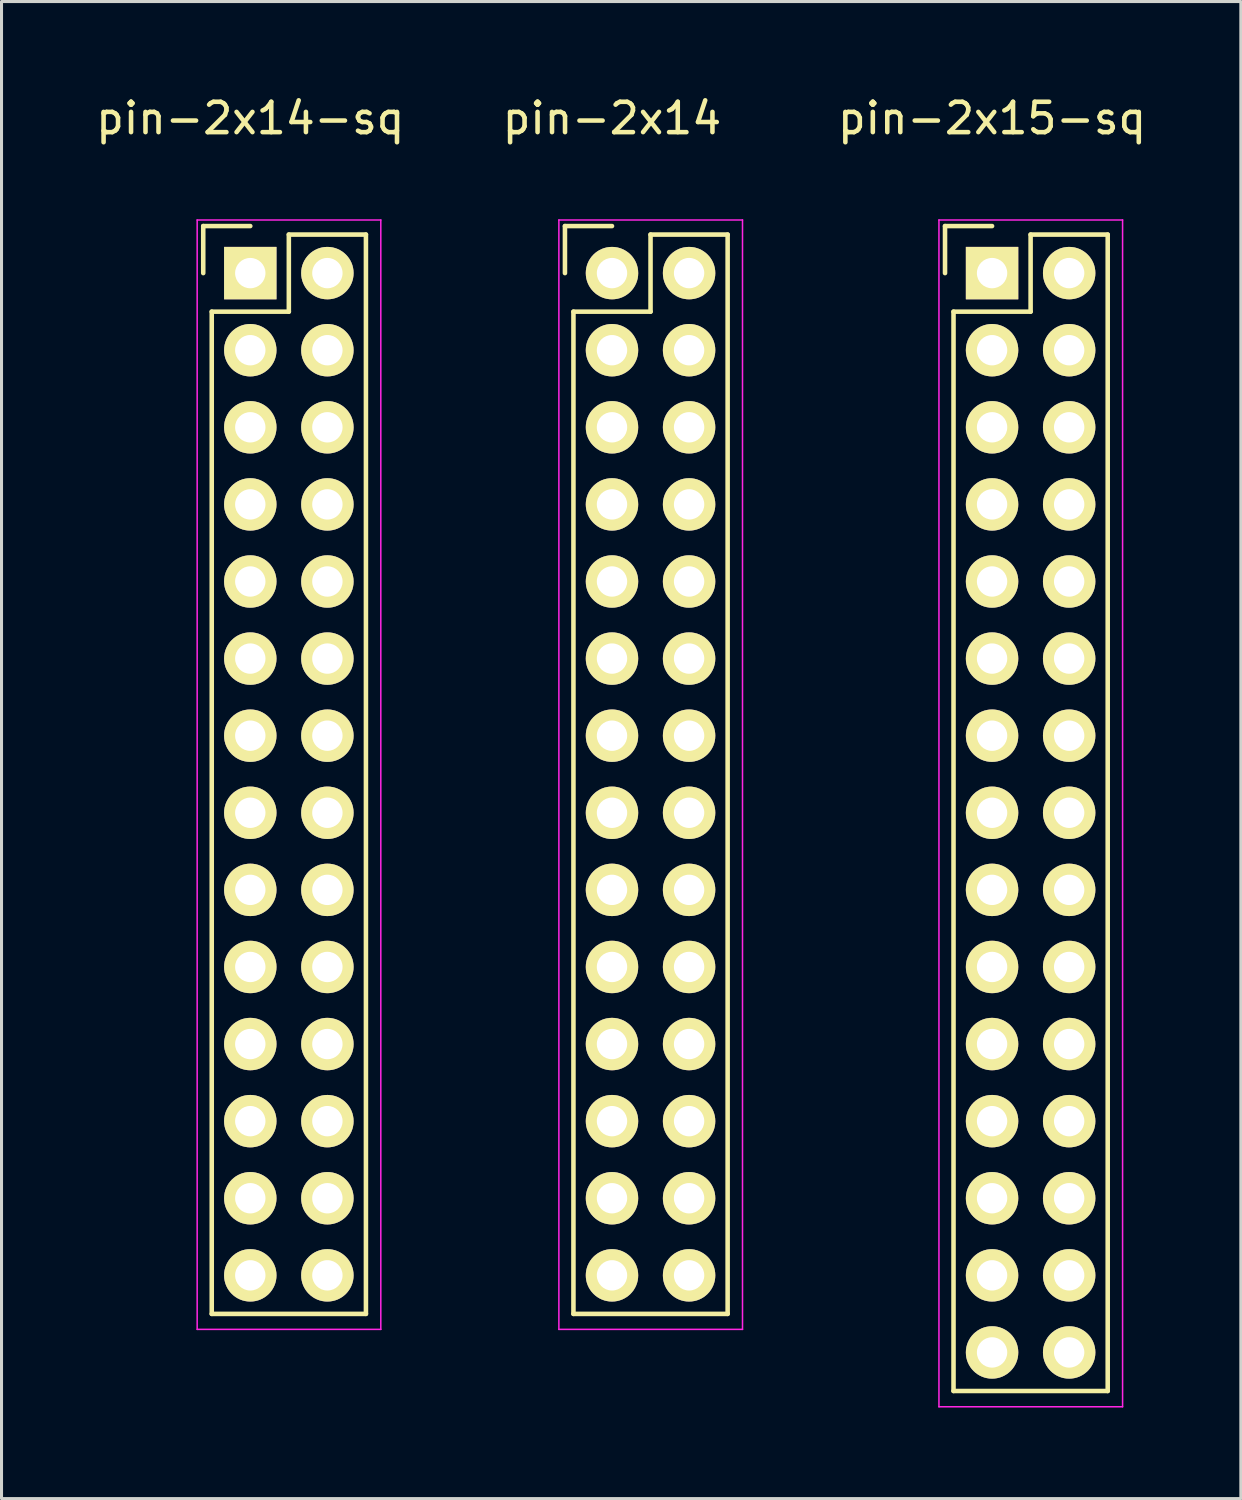
<source format=kicad_pcb>
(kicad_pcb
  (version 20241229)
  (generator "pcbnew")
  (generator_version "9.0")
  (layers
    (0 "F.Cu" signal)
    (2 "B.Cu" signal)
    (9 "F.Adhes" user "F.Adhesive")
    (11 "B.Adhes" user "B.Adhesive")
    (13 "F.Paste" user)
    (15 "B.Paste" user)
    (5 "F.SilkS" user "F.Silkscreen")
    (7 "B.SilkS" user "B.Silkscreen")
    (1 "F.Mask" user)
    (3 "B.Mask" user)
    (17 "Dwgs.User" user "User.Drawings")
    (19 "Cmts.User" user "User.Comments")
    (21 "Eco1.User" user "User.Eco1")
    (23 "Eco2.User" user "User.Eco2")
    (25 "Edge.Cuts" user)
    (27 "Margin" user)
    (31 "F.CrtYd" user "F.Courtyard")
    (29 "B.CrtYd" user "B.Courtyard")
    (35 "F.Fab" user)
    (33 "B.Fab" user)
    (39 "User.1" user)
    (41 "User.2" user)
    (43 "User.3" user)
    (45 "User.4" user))
  (footprint "pin-2x14-sq"
    (layer "F.Cu")
    (at 5.196 5.948)
    (property "Reference" "pin-2x14-sq" (at 0 -5.1 0) (layer "F.SilkS") (effects (font (size 1 1) (thickness 0.15))))
    (attr through_hole)
    (fp_line (start -1.55 -1.55) (end -1.55 0) (stroke (width 0.15) (type solid)) (layer "F.SilkS"))
    (fp_line (start -1.27 1.27) (end -1.27 34.29) (stroke (width 0.15) (type solid)) (layer "F.SilkS"))
    (fp_line (start 0 -1.55) (end -1.55 -1.55) (stroke (width 0.15) (type solid)) (layer "F.SilkS"))
    (fp_line (start 1.27 -1.27) (end 1.27 1.27) (stroke (width 0.15) (type solid)) (layer "F.SilkS"))
    (fp_line (start 1.27 1.27) (end -1.27 1.27) (stroke (width 0.15) (type solid)) (layer "F.SilkS"))
    (fp_line (start 3.81 -1.27) (end 1.27 -1.27) (stroke (width 0.15) (type solid)) (layer "F.SilkS"))
    (fp_line (start 3.81 34.29) (end -1.27 34.29) (stroke (width 0.15) (type solid)) (layer "F.SilkS"))
    (fp_line (start 3.81 34.29) (end 3.81 -1.27) (stroke (width 0.15) (type solid)) (layer "F.SilkS"))
    (fp_line (start -1.75 -1.75) (end -1.75 34.8) (stroke (width 0.05) (type solid)) (layer "F.CrtYd"))
    (fp_line (start -1.75 -1.75) (end 4.3 -1.75) (stroke (width 0.05) (type solid)) (layer "F.CrtYd"))
    (fp_line (start -1.75 34.8) (end 4.3 34.8) (stroke (width 0.05) (type solid)) (layer "F.CrtYd"))
    (fp_line (start 4.3 -1.75) (end 4.3 34.8) (stroke (width 0.05) (type solid)) (layer "F.CrtYd"))
    (pad "1" thru_hole rect (at 0 0) (size 1.727 1.727) (drill 1) (layers "*.Cu" "*.Mask" "F.SilkS"))
    (pad "2" thru_hole oval (at 2.54 0) (size 1.727 1.727) (drill 1) (layers "*.Cu" "*.Mask" "F.SilkS"))
    (pad "3" thru_hole oval (at 0 2.54) (size 1.727 1.727) (drill 1) (layers "*.Cu" "*.Mask" "F.SilkS"))
    (pad "4" thru_hole oval (at 2.54 2.54) (size 1.727 1.727) (drill 1) (layers "*.Cu" "*.Mask" "F.SilkS"))
    (pad "5" thru_hole oval (at 0 5.08) (size 1.727 1.727) (drill 1) (layers "*.Cu" "*.Mask" "F.SilkS"))
    (pad "6" thru_hole oval (at 2.54 5.08) (size 1.727 1.727) (drill 1) (layers "*.Cu" "*.Mask" "F.SilkS"))
    (pad "7" thru_hole oval (at 0 7.62) (size 1.727 1.727) (drill 1) (layers "*.Cu" "*.Mask" "F.SilkS"))
    (pad "8" thru_hole oval (at 2.54 7.62) (size 1.727 1.727) (drill 1) (layers "*.Cu" "*.Mask" "F.SilkS"))
    (pad "9" thru_hole oval (at 0 10.16) (size 1.727 1.727) (drill 1) (layers "*.Cu" "*.Mask" "F.SilkS"))
    (pad "10" thru_hole oval (at 2.54 10.16) (size 1.727 1.727) (drill 1) (layers "*.Cu" "*.Mask" "F.SilkS"))
    (pad "11" thru_hole oval (at 0 12.7) (size 1.727 1.727) (drill 1) (layers "*.Cu" "*.Mask" "F.SilkS"))
    (pad "12" thru_hole oval (at 2.54 12.7) (size 1.727 1.727) (drill 1) (layers "*.Cu" "*.Mask" "F.SilkS"))
    (pad "13" thru_hole oval (at 0 15.24) (size 1.727 1.727) (drill 1) (layers "*.Cu" "*.Mask" "F.SilkS"))
    (pad "14" thru_hole oval (at 2.54 15.24) (size 1.727 1.727) (drill 1) (layers "*.Cu" "*.Mask" "F.SilkS"))
    (pad "15" thru_hole oval (at 0 17.78) (size 1.727 1.727) (drill 1) (layers "*.Cu" "*.Mask" "F.SilkS"))
    (pad "16" thru_hole oval (at 2.54 17.78) (size 1.727 1.727) (drill 1) (layers "*.Cu" "*.Mask" "F.SilkS"))
    (pad "17" thru_hole oval (at 0 20.32) (size 1.727 1.727) (drill 1) (layers "*.Cu" "*.Mask" "F.SilkS"))
    (pad "18" thru_hole oval (at 2.54 20.32) (size 1.727 1.727) (drill 1) (layers "*.Cu" "*.Mask" "F.SilkS"))
    (pad "19" thru_hole oval (at 0 22.86) (size 1.727 1.727) (drill 1) (layers "*.Cu" "*.Mask" "F.SilkS"))
    (pad "20" thru_hole oval (at 2.54 22.86) (size 1.727 1.727) (drill 1) (layers "*.Cu" "*.Mask" "F.SilkS"))
    (pad "21" thru_hole oval (at 0 25.4) (size 1.727 1.727) (drill 1) (layers "*.Cu" "*.Mask" "F.SilkS"))
    (pad "22" thru_hole oval (at 2.54 25.4) (size 1.727 1.727) (drill 1) (layers "*.Cu" "*.Mask" "F.SilkS"))
    (pad "23" thru_hole oval (at 0 27.94) (size 1.727 1.727) (drill 1) (layers "*.Cu" "*.Mask" "F.SilkS"))
    (pad "24" thru_hole oval (at 2.54 27.94) (size 1.727 1.727) (drill 1) (layers "*.Cu" "*.Mask" "F.SilkS"))
    (pad "25" thru_hole oval (at 0 30.48) (size 1.727 1.727) (drill 1) (layers "*.Cu" "*.Mask" "F.SilkS"))
    (pad "26" thru_hole oval (at 2.54 30.48) (size 1.727 1.727) (drill 1) (layers "*.Cu" "*.Mask" "F.SilkS"))
    (pad "27" thru_hole oval (at 0 33.02) (size 1.727 1.727) (drill 1) (layers "*.Cu" "*.Mask" "F.SilkS"))
    (pad "28" thru_hole oval (at 2.54 33.02) (size 1.727 1.727) (drill 1) (layers "*.Cu" "*.Mask" "F.SilkS")))
  (footprint "pin-2x15-sq"
    (layer "F.Cu")
    (at 29.635 5.948)
    (property "Reference" "pin-2x15-sq" (at 0 -5.1 0) (layer "F.SilkS") (effects (font (size 1 1) (thickness 0.15))))
    (attr through_hole)
    (fp_line (start -1.55 -1.55) (end -1.55 0) (stroke (width 0.15) (type solid)) (layer "F.SilkS"))
    (fp_line (start -1.27 1.27) (end -1.27 36.83) (stroke (width 0.15) (type solid)) (layer "F.SilkS"))
    (fp_line (start 0 -1.55) (end -1.55 -1.55) (stroke (width 0.15) (type solid)) (layer "F.SilkS"))
    (fp_line (start 1.27 -1.27) (end 1.27 1.27) (stroke (width 0.15) (type solid)) (layer "F.SilkS"))
    (fp_line (start 1.27 1.27) (end -1.27 1.27) (stroke (width 0.15) (type solid)) (layer "F.SilkS"))
    (fp_line (start 3.81 -1.27) (end 1.27 -1.27) (stroke (width 0.15) (type solid)) (layer "F.SilkS"))
    (fp_line (start 3.81 36.83) (end -1.27 36.83) (stroke (width 0.15) (type solid)) (layer "F.SilkS"))
    (fp_line (start 3.81 36.83) (end 3.81 -1.27) (stroke (width 0.15) (type solid)) (layer "F.SilkS"))
    (fp_line (start -1.75 -1.75) (end -1.75 37.35) (stroke (width 0.05) (type solid)) (layer "F.CrtYd"))
    (fp_line (start -1.75 -1.75) (end 4.3 -1.75) (stroke (width 0.05) (type solid)) (layer "F.CrtYd"))
    (fp_line (start -1.75 37.35) (end 4.3 37.35) (stroke (width 0.05) (type solid)) (layer "F.CrtYd"))
    (fp_line (start 4.3 -1.75) (end 4.3 37.35) (stroke (width 0.05) (type solid)) (layer "F.CrtYd"))
    (pad "1" thru_hole rect (at 0 0) (size 1.727 1.727) (drill 1) (layers "*.Cu" "*.Mask" "F.SilkS"))
    (pad "2" thru_hole oval (at 2.54 0) (size 1.727 1.727) (drill 1) (layers "*.Cu" "*.Mask" "F.SilkS"))
    (pad "3" thru_hole oval (at 0 2.54) (size 1.727 1.727) (drill 1) (layers "*.Cu" "*.Mask" "F.SilkS"))
    (pad "4" thru_hole oval (at 2.54 2.54) (size 1.727 1.727) (drill 1) (layers "*.Cu" "*.Mask" "F.SilkS"))
    (pad "5" thru_hole oval (at 0 5.08) (size 1.727 1.727) (drill 1) (layers "*.Cu" "*.Mask" "F.SilkS"))
    (pad "6" thru_hole oval (at 2.54 5.08) (size 1.727 1.727) (drill 1) (layers "*.Cu" "*.Mask" "F.SilkS"))
    (pad "7" thru_hole oval (at 0 7.62) (size 1.727 1.727) (drill 1) (layers "*.Cu" "*.Mask" "F.SilkS"))
    (pad "8" thru_hole oval (at 2.54 7.62) (size 1.727 1.727) (drill 1) (layers "*.Cu" "*.Mask" "F.SilkS"))
    (pad "9" thru_hole oval (at 0 10.16) (size 1.727 1.727) (drill 1) (layers "*.Cu" "*.Mask" "F.SilkS"))
    (pad "10" thru_hole oval (at 2.54 10.16) (size 1.727 1.727) (drill 1) (layers "*.Cu" "*.Mask" "F.SilkS"))
    (pad "11" thru_hole oval (at 0 12.7) (size 1.727 1.727) (drill 1) (layers "*.Cu" "*.Mask" "F.SilkS"))
    (pad "12" thru_hole oval (at 2.54 12.7) (size 1.727 1.727) (drill 1) (layers "*.Cu" "*.Mask" "F.SilkS"))
    (pad "13" thru_hole oval (at 0 15.24) (size 1.727 1.727) (drill 1) (layers "*.Cu" "*.Mask" "F.SilkS"))
    (pad "14" thru_hole oval (at 2.54 15.24) (size 1.727 1.727) (drill 1) (layers "*.Cu" "*.Mask" "F.SilkS"))
    (pad "15" thru_hole oval (at 0 17.78) (size 1.727 1.727) (drill 1) (layers "*.Cu" "*.Mask" "F.SilkS"))
    (pad "16" thru_hole oval (at 2.54 17.78) (size 1.727 1.727) (drill 1) (layers "*.Cu" "*.Mask" "F.SilkS"))
    (pad "17" thru_hole oval (at 0 20.32) (size 1.727 1.727) (drill 1) (layers "*.Cu" "*.Mask" "F.SilkS"))
    (pad "18" thru_hole oval (at 2.54 20.32) (size 1.727 1.727) (drill 1) (layers "*.Cu" "*.Mask" "F.SilkS"))
    (pad "19" thru_hole oval (at 0 22.86) (size 1.727 1.727) (drill 1) (layers "*.Cu" "*.Mask" "F.SilkS"))
    (pad "20" thru_hole oval (at 2.54 22.86) (size 1.727 1.727) (drill 1) (layers "*.Cu" "*.Mask" "F.SilkS"))
    (pad "21" thru_hole oval (at 0 25.4) (size 1.727 1.727) (drill 1) (layers "*.Cu" "*.Mask" "F.SilkS"))
    (pad "22" thru_hole oval (at 2.54 25.4) (size 1.727 1.727) (drill 1) (layers "*.Cu" "*.Mask" "F.SilkS"))
    (pad "23" thru_hole oval (at 0 27.94) (size 1.727 1.727) (drill 1) (layers "*.Cu" "*.Mask" "F.SilkS"))
    (pad "24" thru_hole oval (at 2.54 27.94) (size 1.727 1.727) (drill 1) (layers "*.Cu" "*.Mask" "F.SilkS"))
    (pad "25" thru_hole oval (at 0 30.48) (size 1.727 1.727) (drill 1) (layers "*.Cu" "*.Mask" "F.SilkS"))
    (pad "26" thru_hole oval (at 2.54 30.48) (size 1.727 1.727) (drill 1) (layers "*.Cu" "*.Mask" "F.SilkS"))
    (pad "27" thru_hole oval (at 0 33.02) (size 1.727 1.727) (drill 1) (layers "*.Cu" "*.Mask" "F.SilkS"))
    (pad "28" thru_hole oval (at 2.54 33.02) (size 1.727 1.727) (drill 1) (layers "*.Cu" "*.Mask" "F.SilkS"))
    (pad "29" thru_hole oval (at 0 35.56) (size 1.727 1.727) (drill 1) (layers "*.Cu" "*.Mask" "F.SilkS"))
    (pad "30" thru_hole oval (at 2.54 35.56) (size 1.727 1.727) (drill 1) (layers "*.Cu" "*.Mask" "F.SilkS")))
  (footprint "pin-2x14"
    (layer "F.Cu")
    (at 17.113 5.948)
    (property "Reference" "pin-2x14" (at 0 -5.1 0) (layer "F.SilkS") (effects (font (size 1 1) (thickness 0.15))))
    (attr through_hole)
    (fp_line (start -1.55 -1.55) (end -1.55 0) (stroke (width 0.15) (type solid)) (layer "F.SilkS"))
    (fp_line (start -1.27 1.27) (end -1.27 34.29) (stroke (width 0.15) (type solid)) (layer "F.SilkS"))
    (fp_line (start 0 -1.55) (end -1.55 -1.55) (stroke (width 0.15) (type solid)) (layer "F.SilkS"))
    (fp_line (start 1.27 -1.27) (end 1.27 1.27) (stroke (width 0.15) (type solid)) (layer "F.SilkS"))
    (fp_line (start 1.27 1.27) (end -1.27 1.27) (stroke (width 0.15) (type solid)) (layer "F.SilkS"))
    (fp_line (start 3.81 -1.27) (end 1.27 -1.27) (stroke (width 0.15) (type solid)) (layer "F.SilkS"))
    (fp_line (start 3.81 34.29) (end -1.27 34.29) (stroke (width 0.15) (type solid)) (layer "F.SilkS"))
    (fp_line (start 3.81 34.29) (end 3.81 -1.27) (stroke (width 0.15) (type solid)) (layer "F.SilkS"))
    (fp_line (start -1.75 -1.75) (end -1.75 34.8) (stroke (width 0.05) (type solid)) (layer "F.CrtYd"))
    (fp_line (start -1.75 -1.75) (end 4.3 -1.75) (stroke (width 0.05) (type solid)) (layer "F.CrtYd"))
    (fp_line (start -1.75 34.8) (end 4.3 34.8) (stroke (width 0.05) (type solid)) (layer "F.CrtYd"))
    (fp_line (start 4.3 -1.75) (end 4.3 34.8) (stroke (width 0.05) (type solid)) (layer "F.CrtYd"))
    (pad "1" thru_hole oval (at 0 0) (size 1.727 1.727) (drill 1) (layers "*.Cu" "*.Mask" "F.SilkS"))
    (pad "2" thru_hole oval (at 2.54 0) (size 1.727 1.727) (drill 1) (layers "*.Cu" "*.Mask" "F.SilkS"))
    (pad "3" thru_hole oval (at 0 2.54) (size 1.727 1.727) (drill 1) (layers "*.Cu" "*.Mask" "F.SilkS"))
    (pad "4" thru_hole oval (at 2.54 2.54) (size 1.727 1.727) (drill 1) (layers "*.Cu" "*.Mask" "F.SilkS"))
    (pad "5" thru_hole oval (at 0 5.08) (size 1.727 1.727) (drill 1) (layers "*.Cu" "*.Mask" "F.SilkS"))
    (pad "6" thru_hole oval (at 2.54 5.08) (size 1.727 1.727) (drill 1) (layers "*.Cu" "*.Mask" "F.SilkS"))
    (pad "7" thru_hole oval (at 0 7.62) (size 1.727 1.727) (drill 1) (layers "*.Cu" "*.Mask" "F.SilkS"))
    (pad "8" thru_hole oval (at 2.54 7.62) (size 1.727 1.727) (drill 1) (layers "*.Cu" "*.Mask" "F.SilkS"))
    (pad "9" thru_hole oval (at 0 10.16) (size 1.727 1.727) (drill 1) (layers "*.Cu" "*.Mask" "F.SilkS"))
    (pad "10" thru_hole oval (at 2.54 10.16) (size 1.727 1.727) (drill 1) (layers "*.Cu" "*.Mask" "F.SilkS"))
    (pad "11" thru_hole oval (at 0 12.7) (size 1.727 1.727) (drill 1) (layers "*.Cu" "*.Mask" "F.SilkS"))
    (pad "12" thru_hole oval (at 2.54 12.7) (size 1.727 1.727) (drill 1) (layers "*.Cu" "*.Mask" "F.SilkS"))
    (pad "13" thru_hole oval (at 0 15.24) (size 1.727 1.727) (drill 1) (layers "*.Cu" "*.Mask" "F.SilkS"))
    (pad "14" thru_hole oval (at 2.54 15.24) (size 1.727 1.727) (drill 1) (layers "*.Cu" "*.Mask" "F.SilkS"))
    (pad "15" thru_hole oval (at 0 17.78) (size 1.727 1.727) (drill 1) (layers "*.Cu" "*.Mask" "F.SilkS"))
    (pad "16" thru_hole oval (at 2.54 17.78) (size 1.727 1.727) (drill 1) (layers "*.Cu" "*.Mask" "F.SilkS"))
    (pad "17" thru_hole oval (at 0 20.32) (size 1.727 1.727) (drill 1) (layers "*.Cu" "*.Mask" "F.SilkS"))
    (pad "18" thru_hole oval (at 2.54 20.32) (size 1.727 1.727) (drill 1) (layers "*.Cu" "*.Mask" "F.SilkS"))
    (pad "19" thru_hole oval (at 0 22.86) (size 1.727 1.727) (drill 1) (layers "*.Cu" "*.Mask" "F.SilkS"))
    (pad "20" thru_hole oval (at 2.54 22.86) (size 1.727 1.727) (drill 1) (layers "*.Cu" "*.Mask" "F.SilkS"))
    (pad "21" thru_hole oval (at 0 25.4) (size 1.727 1.727) (drill 1) (layers "*.Cu" "*.Mask" "F.SilkS"))
    (pad "22" thru_hole oval (at 2.54 25.4) (size 1.727 1.727) (drill 1) (layers "*.Cu" "*.Mask" "F.SilkS"))
    (pad "23" thru_hole oval (at 0 27.94) (size 1.727 1.727) (drill 1) (layers "*.Cu" "*.Mask" "F.SilkS"))
    (pad "24" thru_hole oval (at 2.54 27.94) (size 1.727 1.727) (drill 1) (layers "*.Cu" "*.Mask" "F.SilkS"))
    (pad "25" thru_hole oval (at 0 30.48) (size 1.727 1.727) (drill 1) (layers "*.Cu" "*.Mask" "F.SilkS"))
    (pad "26" thru_hole oval (at 2.54 30.48) (size 1.727 1.727) (drill 1) (layers "*.Cu" "*.Mask" "F.SilkS"))
    (pad "27" thru_hole oval (at 0 33.02) (size 1.727 1.727) (drill 1) (layers "*.Cu" "*.Mask" "F.SilkS"))
    (pad "28" thru_hole oval (at 2.54 33.02) (size 1.727 1.727) (drill 1) (layers "*.Cu" "*.Mask" "F.SilkS")))
  (gr_rect
    (start -3 -3)
    (end 37.831 46.323)
    (stroke (width 0.1) (type default))
    (fill no)
    (layer "Edge.Cuts")))
</source>
